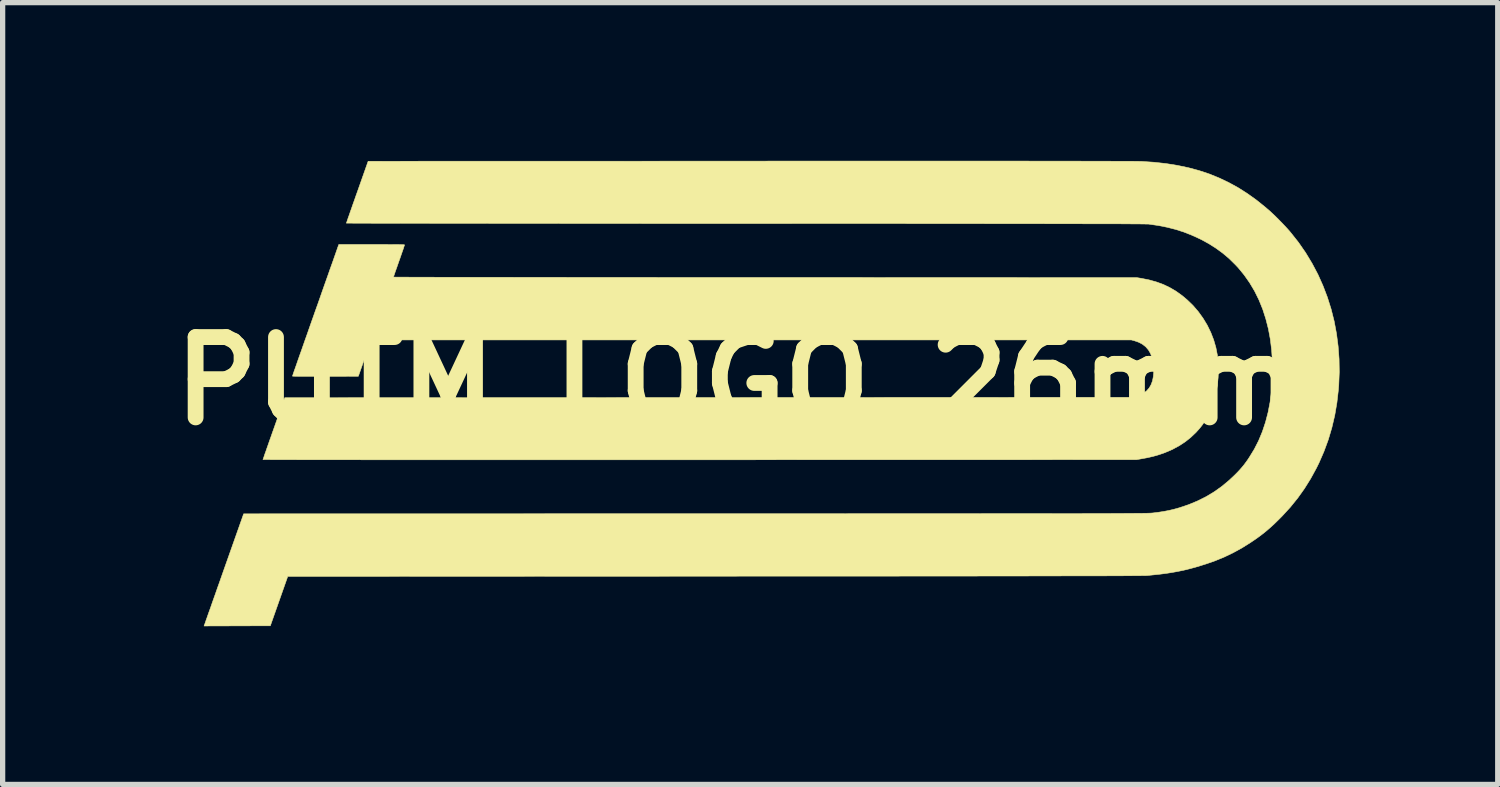
<source format=kicad_pcb>
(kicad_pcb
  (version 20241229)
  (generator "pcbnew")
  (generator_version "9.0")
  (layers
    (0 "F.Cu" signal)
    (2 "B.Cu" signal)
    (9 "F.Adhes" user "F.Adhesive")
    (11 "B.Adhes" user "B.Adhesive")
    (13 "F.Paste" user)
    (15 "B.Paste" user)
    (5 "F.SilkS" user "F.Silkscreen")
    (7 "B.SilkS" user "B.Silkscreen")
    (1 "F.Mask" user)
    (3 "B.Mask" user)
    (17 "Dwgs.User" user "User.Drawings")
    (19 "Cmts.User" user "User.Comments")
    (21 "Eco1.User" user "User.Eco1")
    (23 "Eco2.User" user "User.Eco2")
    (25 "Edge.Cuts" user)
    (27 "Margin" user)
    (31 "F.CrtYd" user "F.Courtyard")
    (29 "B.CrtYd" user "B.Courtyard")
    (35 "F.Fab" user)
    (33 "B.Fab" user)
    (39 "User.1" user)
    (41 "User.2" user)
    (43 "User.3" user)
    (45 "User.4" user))
  (footprint "PUTM_LOGO_26mm"
    (layer "F.Cu")
    (at 10.929 4.177)
    (property "Reference" "PUTM_LOGO_26mm" (at 0 0 0) (layer "F.SilkS") (effects (font (size 1.524 1.524) (thickness 0.3))))
    (attr through_hole)
    (fp_poly (pts (xy -6.812 -2.591) (xy -6.708 -2.591) (xy -6.618 -2.59) (xy -6.54 -2.59) (xy -6.474 -2.589) (xy -6.421 -2.589) (xy -6.378 -2.588) (xy -6.346 -2.587) (xy -6.323 -2.586) (xy -6.311 -2.584) (xy -6.306 -2.583) (xy -6.309 -2.574) (xy -6.316 -2.554) (xy -6.326 -2.522) (xy -6.34 -2.481) (xy -6.357 -2.433) (xy -6.376 -2.378) (xy -6.397 -2.317) (xy -6.412 -2.276) (xy -6.434 -2.213) (xy -6.454 -2.155) (xy -6.473 -2.102) (xy -6.489 -2.056) (xy -6.501 -2.019) (xy -6.511 -1.992) (xy -6.516 -1.976) (xy -6.517 -1.972) (xy -6.51 -1.972) (xy -6.488 -1.972) (xy -6.453 -1.971) (xy -6.404 -1.971) (xy -6.342 -1.971) (xy -6.267 -1.971) (xy -6.179 -1.97) (xy -6.079 -1.97) (xy -5.967 -1.97) (xy -5.843 -1.97) (xy -5.708 -1.969) (xy -5.562 -1.969) (xy -5.405 -1.969) (xy -5.237 -1.969) (xy -5.059 -1.968) (xy -4.872 -1.968) (xy -4.675 -1.968) (xy -4.469 -1.968) (xy -4.253 -1.968) (xy -4.03 -1.967) (xy -3.798 -1.967) (xy -3.558 -1.967) (xy -3.31 -1.967) (xy -3.055 -1.966) (xy -2.793 -1.966) (xy -2.524 -1.966) (xy -2.249 -1.966) (xy -1.968 -1.966) (xy -1.681 -1.966) (xy -1.388 -1.965) (xy -1.091 -1.965) (xy -0.788 -1.965) (xy -0.481 -1.965) (xy -0.17 -1.965) (xy 0.145 -1.965) (xy 0.464 -1.965) (xy 0.532 -1.965) (xy 7.58 -1.962) (xy 7.672 -1.947) (xy 7.82 -1.917) (xy 7.958 -1.878) (xy 8.088 -1.83) (xy 8.21 -1.771) (xy 8.327 -1.702) (xy 8.441 -1.62) (xy 8.534 -1.542) (xy 8.645 -1.435) (xy 8.745 -1.319) (xy 8.836 -1.193) (xy 8.916 -1.061) (xy 8.984 -0.922) (xy 9.039 -0.78) (xy 9.081 -0.635) (xy 9.11 -0.486) (xy 9.125 -0.331) (xy 9.128 -0.172) (xy 9.123 -0.06) (xy 9.107 0.088) (xy 9.084 0.225) (xy 9.053 0.353) (xy 9.013 0.474) (xy 8.964 0.589) (xy 8.962 0.594) (xy 8.917 0.684) (xy 8.871 0.762) (xy 8.822 0.834) (xy 8.768 0.902) (xy 8.706 0.971) (xy 8.698 0.979) (xy 8.602 1.07) (xy 8.5 1.151) (xy 8.391 1.223) (xy 8.271 1.288) (xy 8.27 1.289) (xy 8.177 1.331) (xy 8.085 1.368) (xy 7.99 1.4) (xy 7.888 1.429) (xy 7.778 1.454) (xy 7.664 1.475) (xy 7.573 1.491) (xy -0.709 1.493) (xy -1.056 1.493) (xy -1.399 1.493) (xy -1.738 1.493) (xy -2.073 1.493) (xy -2.404 1.493) (xy -2.73 1.493) (xy -3.051 1.493) (xy -3.367 1.493) (xy -3.677 1.493) (xy -3.982 1.493) (xy -4.28 1.493) (xy -4.572 1.493) (xy -4.858 1.493) (xy -5.136 1.493) (xy -5.407 1.493) (xy -5.671 1.493) (xy -5.926 1.493) (xy -6.174 1.493) (xy -6.413 1.493) (xy -6.644 1.493) (xy -6.866 1.493) (xy -7.078 1.493) (xy -7.281 1.492) (xy -7.474 1.492) (xy -7.656 1.492) (xy -7.829 1.492) (xy -7.99 1.492) (xy -8.141 1.492) (xy -8.281 1.492) (xy -8.408 1.491) (xy -8.524 1.491) (xy -8.628 1.491) (xy -8.72 1.491) (xy -8.798 1.491) (xy -8.864 1.49) (xy -8.917 1.49) (xy -8.955 1.49) (xy -8.98 1.49) (xy -8.991 1.49) (xy -8.992 1.49) (xy -8.989 1.482) (xy -8.982 1.462) (xy -8.971 1.43) (xy -8.957 1.387) (xy -8.938 1.335) (xy -8.917 1.274) (xy -8.893 1.206) (xy -8.867 1.131) (xy -8.838 1.05) (xy -8.808 0.964) (xy -8.785 0.9) (xy -8.579 0.316) (xy -0.536 0.312) (xy 7.508 0.308) (xy 7.562 0.293) (xy 7.642 0.265) (xy 7.71 0.229) (xy 7.768 0.185) (xy 7.815 0.132) (xy 7.851 0.07) (xy 7.878 -0.002) (xy 7.894 -0.083) (xy 7.902 -0.176) (xy 7.901 -0.254) (xy 7.891 -0.354) (xy 7.871 -0.443) (xy 7.841 -0.522) (xy 7.801 -0.591) (xy 7.75 -0.65) (xy 7.689 -0.698) (xy 7.617 -0.736) (xy 7.54 -0.763) (xy 7.478 -0.78) (xy -6.94 -0.78) (xy -7.183 -0.091) (xy -7.808 -0.089) (xy -7.922 -0.089) (xy -8.025 -0.089) (xy -8.118 -0.089) (xy -8.2 -0.089) (xy -8.271 -0.089) (xy -8.329 -0.09) (xy -8.375 -0.091) (xy -8.408 -0.092) (xy -8.427 -0.093) (xy -8.433 -0.094) (xy -8.43 -0.101) (xy -8.423 -0.122) (xy -8.412 -0.155) (xy -8.397 -0.199) (xy -8.377 -0.254) (xy -8.354 -0.32) (xy -8.328 -0.395) (xy -8.299 -0.478) (xy -8.266 -0.57) (xy -8.231 -0.67) (xy -8.194 -0.776) (xy -8.154 -0.888) (xy -8.113 -1.006) (xy -8.07 -1.128) (xy -8.025 -1.255) (xy -8.004 -1.315) (xy -7.958 -1.443) (xy -7.914 -1.568) (xy -7.872 -1.689) (xy -7.831 -1.805) (xy -7.792 -1.915) (xy -7.755 -2.019) (xy -7.721 -2.117) (xy -7.689 -2.206) (xy -7.66 -2.287) (xy -7.635 -2.359) (xy -7.613 -2.421) (xy -7.595 -2.473) (xy -7.581 -2.513) (xy -7.571 -2.542) (xy -7.565 -2.557) (xy -7.564 -2.56) (xy -7.553 -2.591) (xy -6.93 -2.591) (xy -6.812 -2.591)) (stroke (width 0.01) (type solid)) (fill yes) (layer "F.SilkS"))
    (fp_poly (pts (xy 3.612 -4.172) (xy 3.917 -4.172) (xy 4.21 -4.172) (xy 4.489 -4.172) (xy 4.755 -4.172) (xy 5.009 -4.172) (xy 5.25 -4.172) (xy 5.479 -4.172) (xy 5.696 -4.171) (xy 5.9 -4.171) (xy 6.093 -4.171) (xy 6.273 -4.171) (xy 6.442 -4.171) (xy 6.6 -4.17) (xy 6.746 -4.17) (xy 6.881 -4.17) (xy 7.004 -4.17) (xy 7.117 -4.169) (xy 7.219 -4.169) (xy 7.31 -4.169) (xy 7.39 -4.168) (xy 7.461 -4.168) (xy 7.52 -4.168) (xy 7.57 -4.167) (xy 7.61 -4.167) (xy 7.64 -4.166) (xy 7.66 -4.166) (xy 7.667 -4.166) (xy 7.906 -4.15) (xy 8.134 -4.125) (xy 8.352 -4.09) (xy 8.561 -4.046) (xy 8.762 -3.992) (xy 8.955 -3.928) (xy 9.142 -3.852) (xy 9.323 -3.766) (xy 9.5 -3.669) (xy 9.672 -3.56) (xy 9.842 -3.439) (xy 10.009 -3.305) (xy 10.106 -3.222) (xy 10.153 -3.178) (xy 10.207 -3.127) (xy 10.265 -3.069) (xy 10.324 -3.009) (xy 10.381 -2.949) (xy 10.434 -2.892) (xy 10.48 -2.84) (xy 10.5 -2.816) (xy 10.648 -2.629) (xy 10.783 -2.434) (xy 10.905 -2.232) (xy 11.015 -2.024) (xy 11.111 -1.81) (xy 11.195 -1.59) (xy 11.266 -1.365) (xy 11.324 -1.135) (xy 11.368 -0.9) (xy 11.399 -0.661) (xy 11.417 -0.418) (xy 11.421 -0.172) (xy 11.411 0.077) (xy 11.404 0.165) (xy 11.376 0.41) (xy 11.335 0.65) (xy 11.28 0.884) (xy 11.212 1.113) (xy 11.13 1.336) (xy 11.035 1.554) (xy 10.987 1.651) (xy 10.879 1.849) (xy 10.761 2.038) (xy 10.633 2.218) (xy 10.493 2.391) (xy 10.34 2.558) (xy 10.278 2.621) (xy 10.192 2.705) (xy 10.11 2.78) (xy 10.03 2.849) (xy 9.949 2.913) (xy 9.863 2.977) (xy 9.768 3.042) (xy 9.743 3.059) (xy 9.576 3.164) (xy 9.41 3.255) (xy 9.242 3.336) (xy 9.067 3.408) (xy 8.919 3.46) (xy 8.8 3.498) (xy 8.687 3.532) (xy 8.579 3.561) (xy 8.473 3.587) (xy 8.366 3.609) (xy 8.257 3.629) (xy 8.142 3.647) (xy 8.019 3.663) (xy 7.886 3.677) (xy 7.776 3.688) (xy 7.768 3.688) (xy 7.753 3.689) (xy 7.732 3.689) (xy 7.704 3.69) (xy 7.669 3.69) (xy 7.627 3.691) (xy 7.578 3.691) (xy 7.521 3.691) (xy 7.456 3.692) (xy 7.383 3.692) (xy 7.303 3.693) (xy 7.214 3.693) (xy 7.116 3.693) (xy 7.009 3.694) (xy 6.894 3.694) (xy 6.77 3.694) (xy 6.636 3.695) (xy 6.493 3.695) (xy 6.34 3.695) (xy 6.177 3.695) (xy 6.004 3.696) (xy 5.82 3.696) (xy 5.626 3.696) (xy 5.422 3.697) (xy 5.206 3.697) (xy 4.98 3.697) (xy 4.742 3.697) (xy 4.492 3.698) (xy 4.231 3.698) (xy 3.958 3.698) (xy 3.673 3.698) (xy 3.376 3.698) (xy 3.066 3.699) (xy 2.743 3.699) (xy 2.408 3.699) (xy 2.059 3.699) (xy 1.697 3.7) (xy 1.322 3.7) (xy 0.933 3.7) (xy 0.53 3.7) (xy 0.113 3.7) (xy -0.318 3.701) (xy -0.42 3.701) (xy -8.522 3.705) (xy -8.687 4.173) (xy -8.852 4.641) (xy -9.48 4.643) (xy -10.109 4.645) (xy -10.081 4.567) (xy -10.076 4.551) (xy -10.066 4.522) (xy -10.051 4.481) (xy -10.033 4.429) (xy -10.011 4.367) (xy -9.985 4.295) (xy -9.957 4.214) (xy -9.926 4.126) (xy -9.892 4.031) (xy -9.857 3.93) (xy -9.819 3.824) (xy -9.78 3.713) (xy -9.74 3.599) (xy -9.706 3.503) (xy -9.358 2.518) (xy -0.795 2.516) (xy -0.369 2.516) (xy 0.042 2.516) (xy 0.439 2.516) (xy 0.823 2.516) (xy 1.193 2.516) (xy 1.549 2.516) (xy 1.893 2.516) (xy 2.224 2.515) (xy 2.542 2.515) (xy 2.848 2.515) (xy 3.142 2.515) (xy 3.424 2.515) (xy 3.694 2.515) (xy 3.954 2.515) (xy 4.202 2.515) (xy 4.439 2.515) (xy 4.666 2.514) (xy 4.882 2.514) (xy 5.088 2.514) (xy 5.285 2.514) (xy 5.472 2.514) (xy 5.649 2.514) (xy 5.818 2.514) (xy 5.977 2.513) (xy 6.128 2.513) (xy 6.271 2.513) (xy 6.406 2.513) (xy 6.532 2.513) (xy 6.651 2.512) (xy 6.763 2.512) (xy 6.867 2.512) (xy 6.965 2.512) (xy 7.056 2.512) (xy 7.14 2.511) (xy 7.219 2.511) (xy 7.291 2.511) (xy 7.358 2.51) (xy 7.42 2.51) (xy 7.476 2.51) (xy 7.527 2.509) (xy 7.574 2.509) (xy 7.616 2.509) (xy 7.654 2.508) (xy 7.688 2.508) (xy 7.719 2.507) (xy 7.746 2.507) (xy 7.77 2.507) (xy 7.791 2.506) (xy 7.809 2.506) (xy 7.825 2.505) (xy 7.838 2.505) (xy 7.85 2.504) (xy 7.859 2.503) (xy 7.868 2.503) (xy 7.875 2.502) (xy 7.881 2.502) (xy 7.881 2.502) (xy 7.994 2.488) (xy 8.096 2.472) (xy 8.19 2.454) (xy 8.28 2.433) (xy 8.369 2.408) (xy 8.382 2.405) (xy 8.563 2.344) (xy 8.734 2.273) (xy 8.896 2.192) (xy 9.049 2.1) (xy 9.194 1.997) (xy 9.332 1.882) (xy 9.431 1.789) (xy 9.487 1.733) (xy 9.534 1.683) (xy 9.575 1.636) (xy 9.613 1.59) (xy 9.65 1.54) (xy 9.69 1.484) (xy 9.716 1.444) (xy 9.809 1.292) (xy 9.891 1.131) (xy 9.962 0.96) (xy 10.022 0.78) (xy 10.071 0.592) (xy 10.109 0.395) (xy 10.135 0.19) (xy 10.151 -0.022) (xy 10.155 -0.243) (xy 10.152 -0.374) (xy 10.138 -0.587) (xy 10.113 -0.793) (xy 10.076 -0.991) (xy 10.027 -1.182) (xy 9.968 -1.365) (xy 9.897 -1.54) (xy 9.815 -1.706) (xy 9.721 -1.864) (xy 9.617 -2.012) (xy 9.503 -2.151) (xy 9.445 -2.212) (xy 9.329 -2.326) (xy 9.208 -2.428) (xy 9.08 -2.521) (xy 8.944 -2.607) (xy 8.797 -2.687) (xy 8.77 -2.7) (xy 8.621 -2.768) (xy 8.471 -2.827) (xy 8.317 -2.876) (xy 8.157 -2.917) (xy 7.99 -2.95) (xy 7.811 -2.976) (xy 7.805 -2.977) (xy 7.798 -2.977) (xy 7.785 -2.978) (xy 7.765 -2.978) (xy 7.739 -2.978) (xy 7.706 -2.979) (xy 7.666 -2.979) (xy 7.619 -2.98) (xy 7.565 -2.98) (xy 7.503 -2.98) (xy 7.433 -2.981) (xy 7.355 -2.981) (xy 7.269 -2.982) (xy 7.174 -2.982) (xy 7.071 -2.982) (xy 6.959 -2.982) (xy 6.838 -2.983) (xy 6.707 -2.983) (xy 6.567 -2.983) (xy 6.418 -2.984) (xy 6.258 -2.984) (xy 6.089 -2.984) (xy 5.909 -2.984) (xy 5.719 -2.985) (xy 5.518 -2.985) (xy 5.306 -2.985) (xy 5.083 -2.985) (xy 4.848 -2.985) (xy 4.602 -2.986) (xy 4.344 -2.986) (xy 4.074 -2.986) (xy 3.792 -2.986) (xy 3.498 -2.986) (xy 3.191 -2.987) (xy 2.871 -2.987) (xy 2.539 -2.987) (xy 2.193 -2.987) (xy 1.833 -2.987) (xy 1.46 -2.987) (xy 1.073 -2.987) (xy 0.672 -2.988) (xy 0.257 -2.988) (xy 0.161 -2.988) (xy -0.17 -2.988) (xy -0.497 -2.988) (xy -0.821 -2.988) (xy -1.141 -2.988) (xy -1.456 -2.988) (xy -1.767 -2.988) (xy -2.072 -2.989) (xy -2.373 -2.989) (xy -2.667 -2.989) (xy -2.956 -2.989) (xy -3.238 -2.989) (xy -3.514 -2.99) (xy -3.783 -2.99) (xy -4.045 -2.99) (xy -4.3 -2.99) (xy -4.546 -2.99) (xy -4.785 -2.991) (xy -5.015 -2.991) (xy -5.237 -2.991) (xy -5.45 -2.991) (xy -5.653 -2.991) (xy -5.847 -2.992) (xy -6.031 -2.992) (xy -6.205 -2.992) (xy -6.369 -2.992) (xy -6.522 -2.993) (xy -6.664 -2.993) (xy -6.794 -2.993) (xy -6.913 -2.993) (xy -7.02 -2.994) (xy -7.114 -2.994) (xy -7.196 -2.994) (xy -7.265 -2.994) (xy -7.321 -2.995) (xy -7.364 -2.995) (xy -7.393 -2.995) (xy -7.408 -2.995) (xy -7.41 -2.995) (xy -7.407 -3.003) (xy -7.4 -3.023) (xy -7.389 -3.055) (xy -7.375 -3.098) (xy -7.356 -3.15) (xy -7.335 -3.211) (xy -7.311 -3.279) (xy -7.285 -3.354) (xy -7.256 -3.435) (xy -7.226 -3.521) (xy -7.203 -3.585) (xy -6.997 -4.169) (xy 0.252 -4.171) (xy 0.681 -4.172) (xy 1.096 -4.172) (xy 1.497 -4.172) (xy 1.884 -4.172) (xy 2.257 -4.172) (xy 2.616 -4.172) (xy 2.962 -4.172) (xy 3.294 -4.172) (xy 3.612 -4.172)) (stroke (width 0.01) (type solid)) (fill yes) (layer "F.SilkS")))
  (gr_rect
    (start -3 -3)
    (end 25.355 11.827)
    (stroke (width 0.1) (type default))
    (fill no)
    (layer "Edge.Cuts")))
</source>
